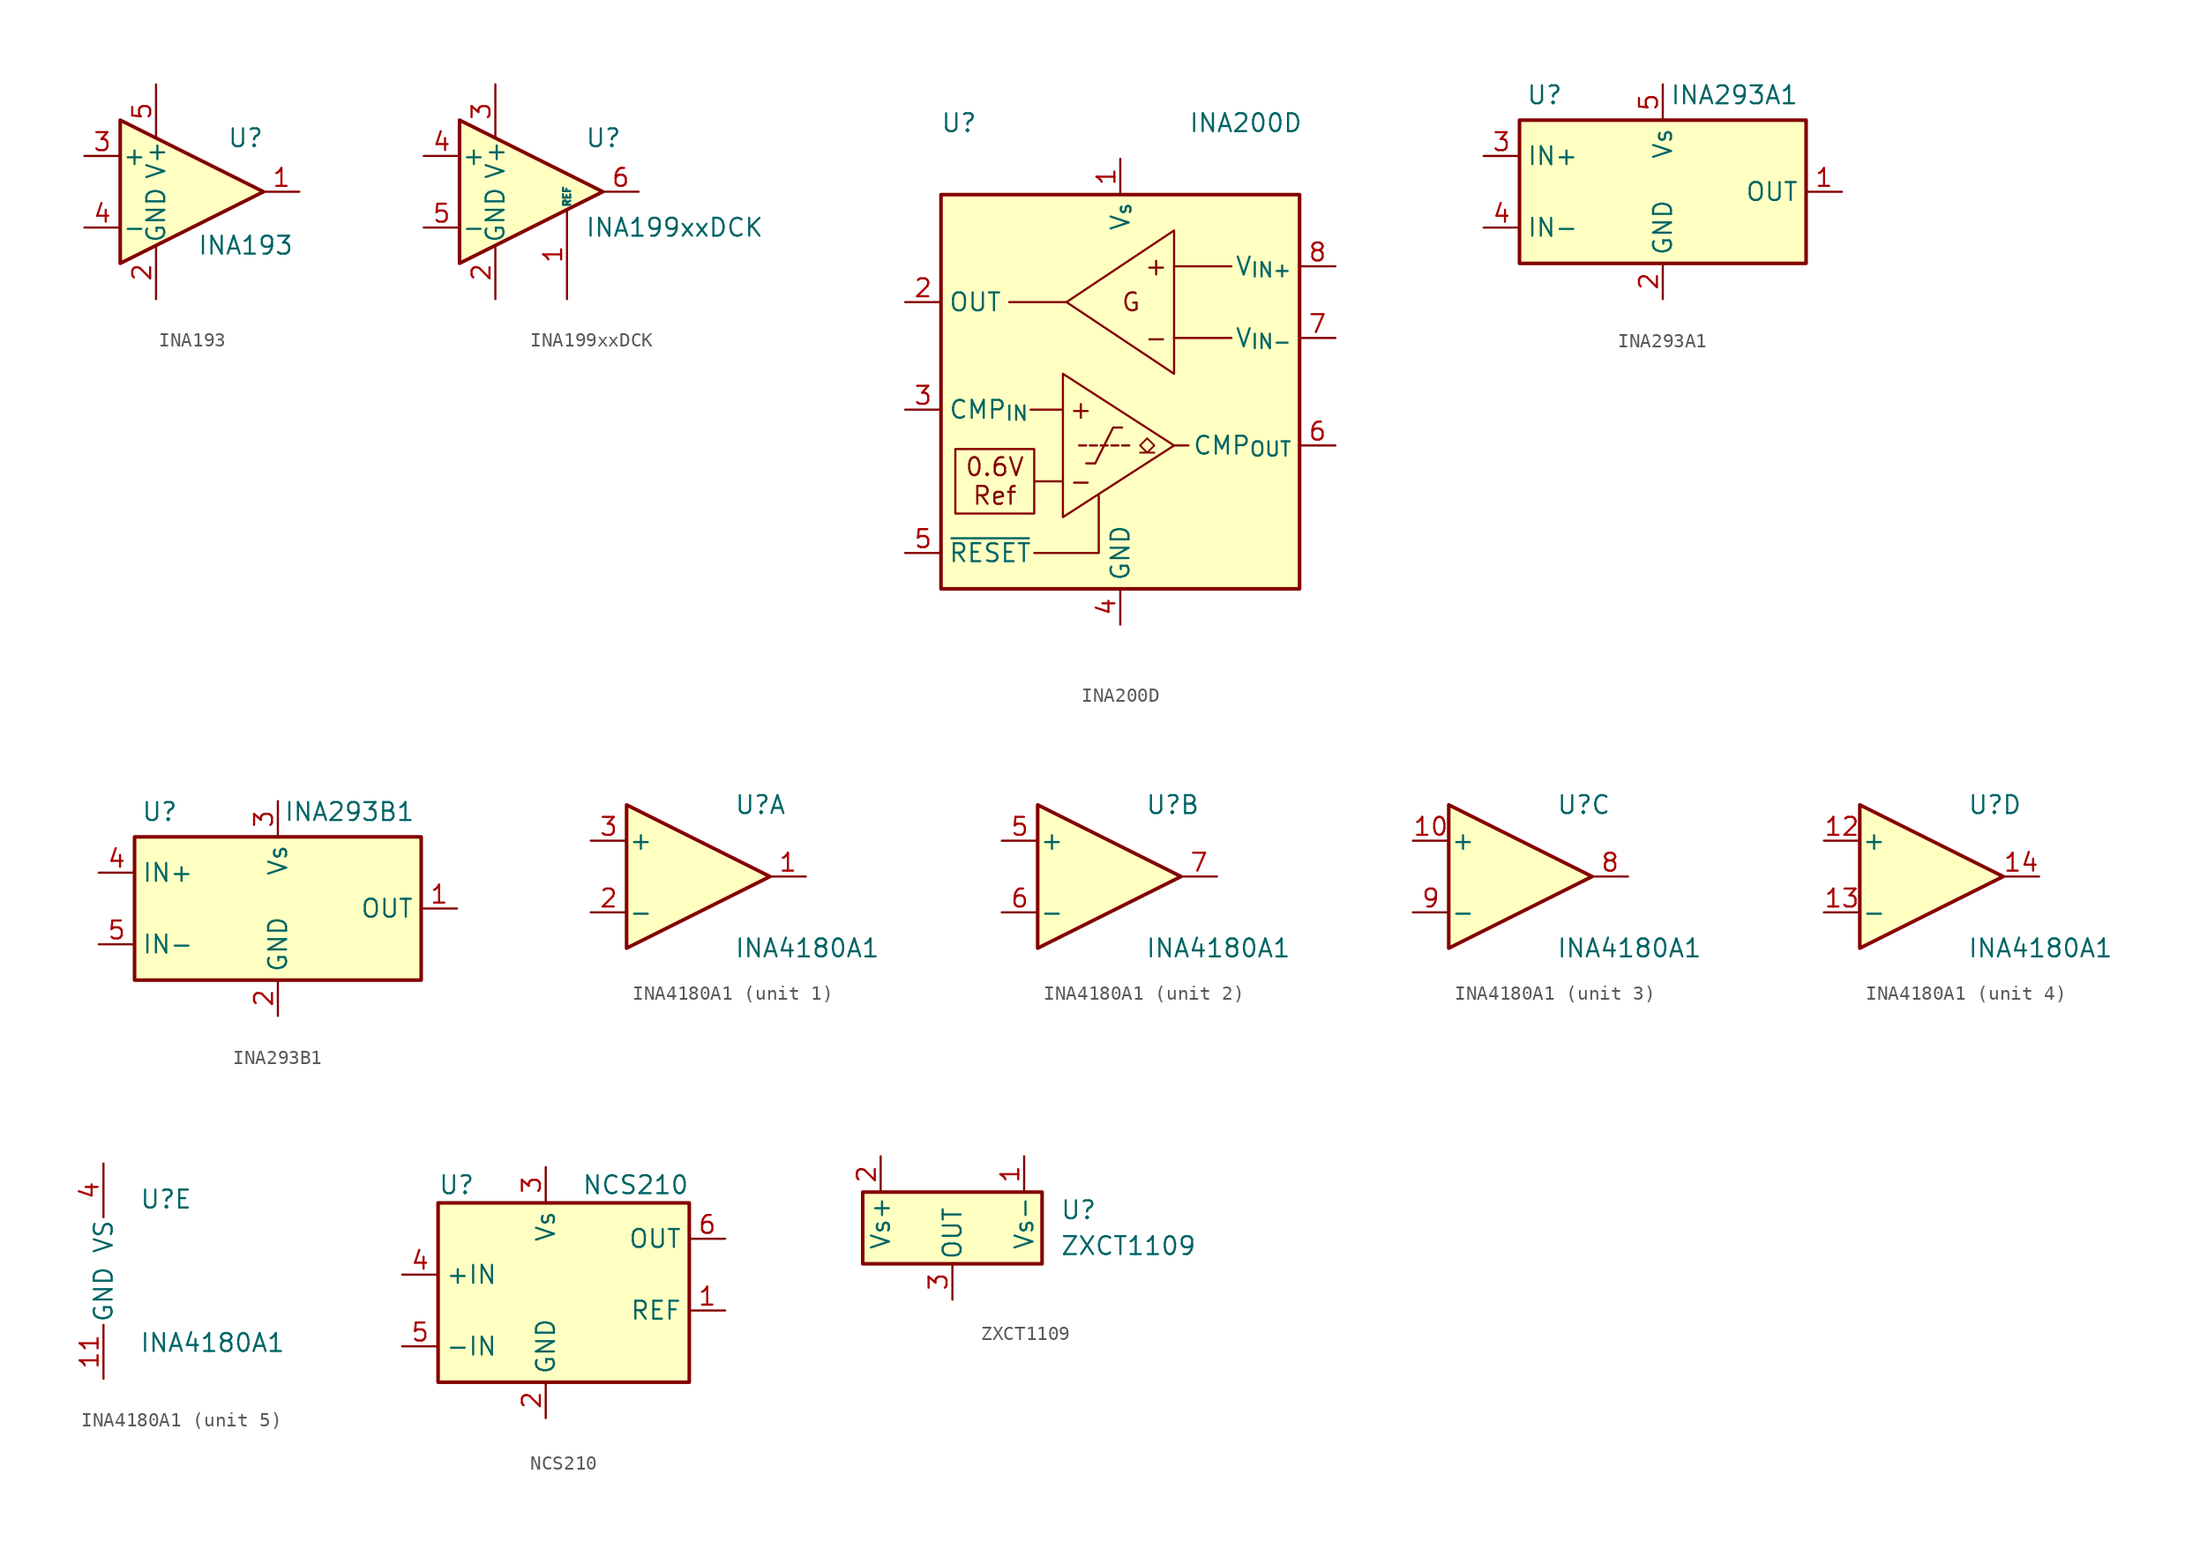
<source format=kicad_sym>
(kicad_symbol_lib
  (version 20241209)
  (generator "kicad_symbol_editor")
  (generator_version "9.0")
  (symbol "INA193"
    (pin_names
      (offset 0.127))
    (property "Reference" "U"
      (at 3.81 3.81 0)
      (effects (font (size 1.27 1.27))))
    (property "Value" "INA193"
      (at 3.81 -3.81 0)
      (effects (font (size 1.27 1.27))))
    (symbol "INA193_0_1"
      (polyline (pts (xy 5.08 0) (xy -5.08 5.08) (xy -5.08 -5.08) (xy 5.08 0)) (stroke (width 0.254) (type default)) (fill (type background))))
    (symbol "INA193_1_1"
      (pin input line (at -7.62 2.54 0) (length 2.54) (name "+" (effects (font (size 1.27 1.27)))) (number "3" (effects (font (size 1.27 1.27)))))
      (pin input line (at -7.62 -2.54 0) (length 2.54) (name "-" (effects (font (size 1.27 1.27)))) (number "4" (effects (font (size 1.27 1.27)))))
      (pin power_in line (at -2.54 7.62 270) (length 3.81) (name "V+" (effects (font (size 1.27 1.27)))) (number "5" (effects (font (size 1.27 1.27)))))
      (pin power_in line (at -2.54 -7.62 90) (length 3.81) (name "GND" (effects (font (size 1.27 1.27)))) (number "2" (effects (font (size 1.27 1.27)))))
      (pin output line (at 7.62 0 180) (length 2.54) (name "~" (effects (font (size 1.27 1.27)))) (number "1" (effects (font (size 1.27 1.27)))))))
  (symbol "INA199xxDCK"
    (pin_names
      (offset 0.127))
    (property "Reference" "U"
      (at 3.81 3.81 0)
      (effects (font (size 1.27 1.27)) (justify left)))
    (property "Value" "INA199xxDCK"
      (at 3.81 -2.54 0)
      (effects (font (size 1.27 1.27)) (justify left)))
    (symbol "INA199xxDCK_0_1"
      (polyline (pts (xy 5.08 0) (xy -5.08 5.08) (xy -5.08 -5.08) (xy 5.08 0)) (stroke (width 0.254) (type default)) (fill (type background))))
    (symbol "INA199xxDCK_1_1"
      (pin input line (at -7.62 2.54 0) (length 2.54) (name "+" (effects (font (size 1.27 1.27)))) (number "4" (effects (font (size 1.27 1.27)))))
      (pin input line (at -7.62 -2.54 0) (length 2.54) (name "-" (effects (font (size 1.27 1.27)))) (number "5" (effects (font (size 1.27 1.27)))))
      (pin power_in line (at -2.54 7.62 270) (length 3.81) (name "V+" (effects (font (size 1.27 1.27)))) (number "3" (effects (font (size 1.27 1.27)))))
      (pin power_in line (at -2.54 -7.62 90) (length 3.81) (name "GND" (effects (font (size 1.27 1.27)))) (number "2" (effects (font (size 1.27 1.27)))))
      (pin input line (at 2.54 -7.62 90) (length 6.35) (name "REF" (effects (font (size 0.508 0.508)))) (number "1" (effects (font (size 1.27 1.27)))))
      (pin output line (at 7.62 0 180) (length 2.54) (name "~" (effects (font (size 1.27 1.27)))) (number "6" (effects (font (size 1.27 1.27)))))))
  (symbol "INA200D"
    (property "Reference" "U"
      (at -11.43 17.78 0)
      (effects (font (size 1.27 1.27))))
    (property "Value" "INA200D"
      (at 8.89 17.78 0)
      (effects (font (size 1.27 1.27))))
    (symbol "INA200D_0_0"
      (rectangle (start -11.684 -9.906) (end -6.096 -5.334) (stroke (width 0.152) (type default)) (fill (type none)))
      (polyline (pts (xy -7.874 5.08) (xy -3.81 5.08)) (stroke (width 0.152) (type default)) (fill (type none)))
      (polyline (pts (xy -6.35 -2.54) (xy -4.064 -2.54)) (stroke (width 0.152) (type default)) (fill (type none)))
      (polyline (pts (xy -6.096 -7.62) (xy -4.064 -7.62)) (stroke (width 0.152) (type default)) (fill (type none)))
      (polyline (pts (xy -6.096 -12.7) (xy -1.524 -12.7) (xy -1.524 -8.636)) (stroke (width 0.152) (type default)) (fill (type none)))
      (polyline (pts (xy -4.064 0) (xy -4.064 -10.16) (xy 3.81 -5.08) (xy -4.064 0)) (stroke (width 0.152) (type default)) (fill (type background)))
      (polyline (pts (xy 3.81 10.16) (xy 3.81 0) (xy -3.81 5.08) (xy 3.81 10.16)) (stroke (width 0.152) (type default)) (fill (type background)))
      (polyline (pts (xy 3.81 -5.08) (xy 4.826 -5.08)) (stroke (width 0.152) (type default)) (fill (type none)))
      (text "Ref" (at -8.89 -8.636 0) (effects (font (size 1.27 1.27))))
      (text "+" (at -2.794 -2.54 0) (effects (font (size 1.27 1.27))))
      (text "-" (at -2.794 -7.62 0) (effects (font (size 1.27 1.27))))
      (text "G" (at 0.762 5.08 0) (effects (font (size 1.27 1.27))))
      (text "+" (at 2.54 7.62 0) (effects (font (size 1.27 1.27))))
      (text "-" (at 2.54 2.54 0) (effects (font (size 1.27 1.27)))))
    (symbol "INA200D_0_1"
      (rectangle (start -12.7 12.7) (end 12.7 -15.24) (stroke (width 0.254) (type default)) (fill (type background)))
      (polyline (pts (xy -2.413 -5.08) (xy -2.921 -5.08)) (stroke (width 0) (type default)) (fill (type none)))
      (polyline (pts (xy -2.413 -6.35) (xy -1.778 -6.35) (xy -0.508 -3.81) (xy 0.127 -3.81)) (stroke (width 0) (type default)) (fill (type none)))
      (polyline (pts (xy -1.651 -5.08) (xy -2.159 -5.08)) (stroke (width 0) (type default)) (fill (type none)))
      (polyline (pts (xy -1.397 -5.08) (xy -0.889 -5.08)) (stroke (width 0) (type default)) (fill (type none)))
      (polyline (pts (xy -0.635 -5.08) (xy -0.127 -5.08)) (stroke (width 0) (type default)) (fill (type none)))
      (polyline (pts (xy 0.127 -5.08) (xy 0.635 -5.08)) (stroke (width 0) (type default)) (fill (type none)))
      (polyline (pts (xy 1.397 -5.588) (xy 1.905 -5.588) (xy 1.397 -5.08) (xy 1.905 -4.572) (xy 2.413 -5.08) (xy 1.905 -5.588) (xy 2.413 -5.588)) (stroke (width 0.127) (type default)) (fill (type none)))
      (polyline (pts (xy 3.81 2.54) (xy 7.874 2.54)) (stroke (width 0.152) (type default)) (fill (type none)))
      (polyline (pts (xy 7.874 7.62) (xy 3.81 7.62)) (stroke (width 0.152) (type default)) (fill (type none))))
    (symbol "INA200D_1_0"
      (text "0.6V" (at -8.89 -6.604 0) (effects (font (size 1.27 1.27)))))
    (symbol "INA200D_1_1"
      (pin output line (at -15.24 5.08 0) (length 2.54) (name "OUT" (effects (font (size 1.27 1.27)))) (number "2" (effects (font (size 1.27 1.27)))))
      (pin input line (at -15.24 -2.54 0) (length 2.54) (name "CMP_{IN}" (effects (font (size 1.27 1.27)))) (number "3" (effects (font (size 1.27 1.27)))))
      (pin input line (at -15.24 -12.7 0) (length 2.54) (name "~{RESET}" (effects (font (size 1.27 1.27)))) (number "5" (effects (font (size 1.27 1.27)))))
      (pin power_in line (at 0 15.24 270) (length 2.54) (name "V_{s}" (effects (font (size 1.27 1.27)))) (number "1" (effects (font (size 1.27 1.27)))))
      (pin power_in line (at 0 -17.78 90) (length 2.54) (name "GND" (effects (font (size 1.27 1.27)))) (number "4" (effects (font (size 1.27 1.27)))))
      (pin input line (at 15.24 7.62 180) (length 2.54) (name "V_{IN+}" (effects (font (size 1.27 1.27)))) (number "8" (effects (font (size 1.27 1.27)))))
      (pin input line (at 15.24 2.54 180) (length 2.54) (name "V_{IN-}" (effects (font (size 1.27 1.27)))) (number "7" (effects (font (size 1.27 1.27)))))
      (pin open_collector line (at 15.24 -5.08 180) (length 2.54) (name "CMP_{OUT}" (effects (font (size 1.27 1.27)))) (number "6" (effects (font (size 1.27 1.27)))))))
  (symbol "INA293A1"
    (property "Reference" "U"
      (at -8.382 6.858 0)
      (effects (font (size 1.27 1.27))))
    (property "Value" "INA293A1"
      (at 5.08 6.858 0)
      (effects (font (size 1.27 1.27))))
    (symbol "INA293A1_0_1"
      (rectangle (start -10.16 5.08) (end 10.16 -5.08) (stroke (width 0.254) (type default)) (fill (type background))))
    (symbol "INA293A1_1_1"
      (pin input line (at -12.7 2.54 0) (length 2.54) (name "IN+" (effects (font (size 1.27 1.27)))) (number "3" (effects (font (size 1.27 1.27)))))
      (pin input line (at -12.7 -2.54 0) (length 2.54) (name "IN-" (effects (font (size 1.27 1.27)))) (number "4" (effects (font (size 1.27 1.27)))))
      (pin power_in line (at 0 7.62 270) (length 2.54) (name "Vs" (effects (font (size 1.27 1.27)))) (number "5" (effects (font (size 1.27 1.27)))))
      (pin power_in line (at 0 -7.62 90) (length 2.54) (name "GND" (effects (font (size 1.27 1.27)))) (number "2" (effects (font (size 1.27 1.27)))))
      (pin output line (at 12.7 0 180) (length 2.54) (name "OUT" (effects (font (size 1.27 1.27)))) (number "1" (effects (font (size 1.27 1.27)))))))
  (symbol "INA293B1"
    (property "Reference" "U"
      (at -8.382 6.858 0)
      (effects (font (size 1.27 1.27))))
    (property "Value" "INA293B1"
      (at 5.08 6.858 0)
      (effects (font (size 1.27 1.27))))
    (symbol "INA293B1_0_1"
      (rectangle (start -10.16 5.08) (end 10.16 -5.08) (stroke (width 0.254) (type default)) (fill (type background))))
    (symbol "INA293B1_1_1"
      (pin input line (at -12.7 2.54 0) (length 2.54) (name "IN+" (effects (font (size 1.27 1.27)))) (number "4" (effects (font (size 1.27 1.27)))))
      (pin input line (at -12.7 -2.54 0) (length 2.54) (name "IN-" (effects (font (size 1.27 1.27)))) (number "5" (effects (font (size 1.27 1.27)))))
      (pin power_in line (at 0 7.62 270) (length 2.54) (name "Vs" (effects (font (size 1.27 1.27)))) (number "3" (effects (font (size 1.27 1.27)))))
      (pin power_in line (at 0 -7.62 90) (length 2.54) (name "GND" (effects (font (size 1.27 1.27)))) (number "2" (effects (font (size 1.27 1.27)))))
      (pin output line (at 12.7 0 180) (length 2.54) (name "OUT" (effects (font (size 1.27 1.27)))) (number "1" (effects (font (size 1.27 1.27)))))))
  (symbol "INA4180A1"
    (pin_names
      (offset 0.127))
    (property "Reference" "U"
      (at 2.54 5.08 0)
      (effects (font (size 1.27 1.27)) (justify left)))
    (property "Value" "INA4180A1"
      (at 2.54 -5.08 0)
      (effects (font (size 1.27 1.27)) (justify left)))
    (property "ki_locked" ""
      (at 0 0 0)
      (effects (font (size 1.27 1.27))))
    (symbol "INA4180A1_1_1"
      (polyline (pts (xy -5.08 5.08) (xy 5.08 0) (xy -5.08 -5.08) (xy -5.08 5.08)) (stroke (width 0.254) (type default)) (fill (type background)))
      (pin input line (at -7.62 2.54 0) (length 2.54) (name "+" (effects (font (size 1.27 1.27)))) (number "3" (effects (font (size 1.27 1.27)))))
      (pin input line (at -7.62 -2.54 0) (length 2.54) (name "-" (effects (font (size 1.27 1.27)))) (number "2" (effects (font (size 1.27 1.27)))))
      (pin output line (at 7.62 0 180) (length 2.54) (name "~" (effects (font (size 1.27 1.27)))) (number "1" (effects (font (size 1.27 1.27))))))
    (symbol "INA4180A1_2_1"
      (polyline (pts (xy -5.08 5.08) (xy 5.08 0) (xy -5.08 -5.08) (xy -5.08 5.08)) (stroke (width 0.254) (type default)) (fill (type background)))
      (pin input line (at -7.62 2.54 0) (length 2.54) (name "+" (effects (font (size 1.27 1.27)))) (number "5" (effects (font (size 1.27 1.27)))))
      (pin input line (at -7.62 -2.54 0) (length 2.54) (name "-" (effects (font (size 1.27 1.27)))) (number "6" (effects (font (size 1.27 1.27)))))
      (pin output line (at 7.62 0 180) (length 2.54) (name "~" (effects (font (size 1.27 1.27)))) (number "7" (effects (font (size 1.27 1.27))))))
    (symbol "INA4180A1_3_1"
      (polyline (pts (xy -5.08 5.08) (xy 5.08 0) (xy -5.08 -5.08) (xy -5.08 5.08)) (stroke (width 0.254) (type default)) (fill (type background)))
      (pin input line (at -7.62 2.54 0) (length 2.54) (name "+" (effects (font (size 1.27 1.27)))) (number "10" (effects (font (size 1.27 1.27)))))
      (pin input line (at -7.62 -2.54 0) (length 2.54) (name "-" (effects (font (size 1.27 1.27)))) (number "9" (effects (font (size 1.27 1.27)))))
      (pin output line (at 7.62 0 180) (length 2.54) (name "~" (effects (font (size 1.27 1.27)))) (number "8" (effects (font (size 1.27 1.27))))))
    (symbol "INA4180A1_4_1"
      (polyline (pts (xy -5.08 5.08) (xy 5.08 0) (xy -5.08 -5.08) (xy -5.08 5.08)) (stroke (width 0.254) (type default)) (fill (type background)))
      (pin input line (at -7.62 2.54 0) (length 2.54) (name "+" (effects (font (size 1.27 1.27)))) (number "12" (effects (font (size 1.27 1.27)))))
      (pin input line (at -7.62 -2.54 0) (length 2.54) (name "-" (effects (font (size 1.27 1.27)))) (number "13" (effects (font (size 1.27 1.27)))))
      (pin output line (at 7.62 0 180) (length 2.54) (name "~" (effects (font (size 1.27 1.27)))) (number "14" (effects (font (size 1.27 1.27))))))
    (symbol "INA4180A1_5_1"
      (pin power_in line (at 0 7.62 270) (length 3.81) (name "VS" (effects (font (size 1.27 1.27)))) (number "4" (effects (font (size 1.27 1.27)))))
      (pin power_in line (at 0 -7.62 90) (length 3.81) (name "GND" (effects (font (size 1.27 1.27)))) (number "11" (effects (font (size 1.27 1.27)))))))
  (symbol "NCS210"
    (property "Reference" "U"
      (at -7.62 8.89 0)
      (effects (font (size 1.27 1.27)) (justify left)))
    (property "Value" "NCS210"
      (at 2.54 8.89 0)
      (effects (font (size 1.27 1.27)) (justify left)))
    (symbol "NCS210_0_1"
      (rectangle (start -7.62 7.62) (end 10.16 -5.08) (stroke (width 0.254) (type default)) (fill (type background))))
    (symbol "NCS210_1_1"
      (pin input line (at -10.16 2.54 0) (length 2.54) (name "+IN" (effects (font (size 1.27 1.27)))) (number "4" (effects (font (size 1.27 1.27)))))
      (pin input line (at -10.16 -2.54 0) (length 2.54) (name "-IN" (effects (font (size 1.27 1.27)))) (number "5" (effects (font (size 1.27 1.27)))))
      (pin power_in line (at 0 10.16 270) (length 2.54) (name "Vs" (effects (font (size 1.27 1.27)))) (number "3" (effects (font (size 1.27 1.27)))))
      (pin power_in line (at 0 -7.62 90) (length 2.54) (name "GND" (effects (font (size 1.27 1.27)))) (number "2" (effects (font (size 1.27 1.27)))))
      (pin output line (at 12.7 5.08 180) (length 2.54) (name "OUT" (effects (font (size 1.27 1.27)))) (number "6" (effects (font (size 1.27 1.27)))))
      (pin input line (at 12.7 0 180) (length 2.54) (name "REF" (effects (font (size 1.27 1.27)))) (number "1" (effects (font (size 1.27 1.27)))))))
  (symbol "ZXCT1109"
    (pin_names
      (offset 0.254))
    (property "Reference" "U"
      (at 7.62 1.27 0)
      (effects (font (size 1.27 1.27)) (justify left)))
    (property "Value" "ZXCT1109"
      (at 7.62 -1.27 0)
      (effects (font (size 1.27 1.27)) (justify left)))
    (symbol "ZXCT1109_0_1"
      (rectangle (start -6.35 2.54) (end 6.35 -2.54) (stroke (width 0.254) (type default)) (fill (type background))))
    (symbol "ZXCT1109_1_1"
      (pin input line (at -5.08 5.08 270) (length 2.54) (name "Vs+" (effects (font (size 1.27 1.27)))) (number "2" (effects (font (size 1.27 1.27)))))
      (pin output line (at 0 -5.08 90) (length 2.54) (name "OUT" (effects (font (size 1.27 1.27)))) (number "3" (effects (font (size 1.27 1.27)))))
      (pin input line (at 5.08 5.08 270) (length 2.54) (name "Vs-" (effects (font (size 1.27 1.27)))) (number "1" (effects (font (size 1.27 1.27))))))))
</source>
